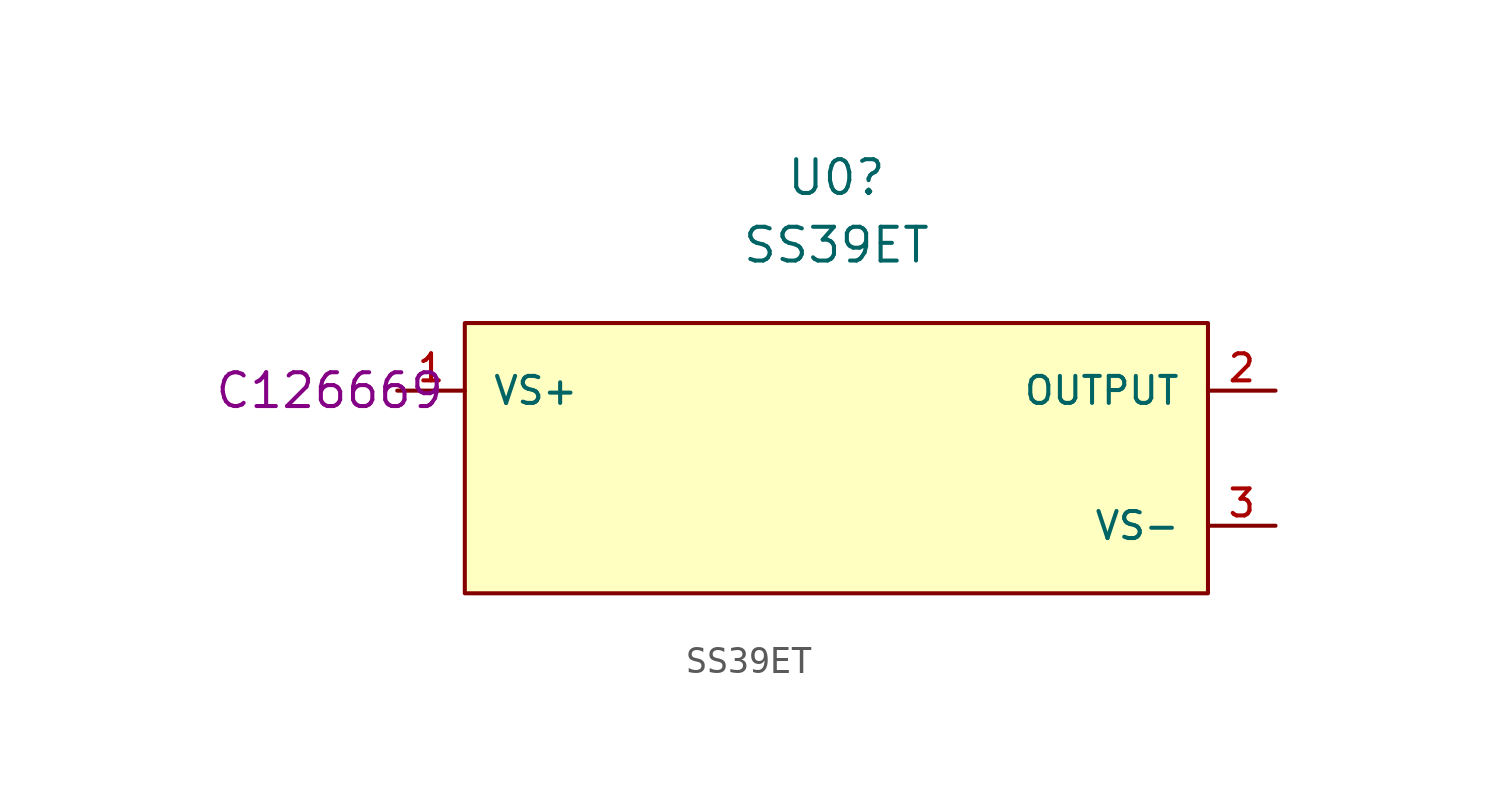
<source format=kicad_sym>
(kicad_symbol_lib
  (version 20211014)
  (generator kicad_symbol_editor)
  (symbol "SS39ET"
    (pin_names
      (offset 1.016))
    (property "Reference" "U0"
      (at 19.05 8.01 0)
      (effects (font (size 1.27 1.27))))
    (property "Value" "SS39ET"
      (at 19.05 5.47 0)
      (effects (font (size 1.27 1.27))))
    (property "LCSC" "C126669"
      (at 0 0 0)
      (effects (font (size 1.27 1.27))))
    (symbol "SS39ET_1_1"
      (rectangle (start 5.08 2.54) (end 33.02 -7.62) (stroke (width 0) (type default) (color 0 0 0 0)) (fill (type background)))
      (pin power_in line (at 2.54 0 0) (length 2.54) (name "VS+" (effects (font (size 1.016 1.016)))) (number "1" (effects (font (size 1.016 1.016)))))
      (pin passive line (at 35.56 0 180) (length 2.54) (name "OUTPUT" (effects (font (size 1.016 1.016)))) (number "2" (effects (font (size 1.016 1.016)))))
      (pin power_in line (at 35.56 -5.08 180) (length 2.54) (name "VS-" (effects (font (size 1.016 1.016)))) (number "3" (effects (font (size 1.016 1.016))))))))
</source>
